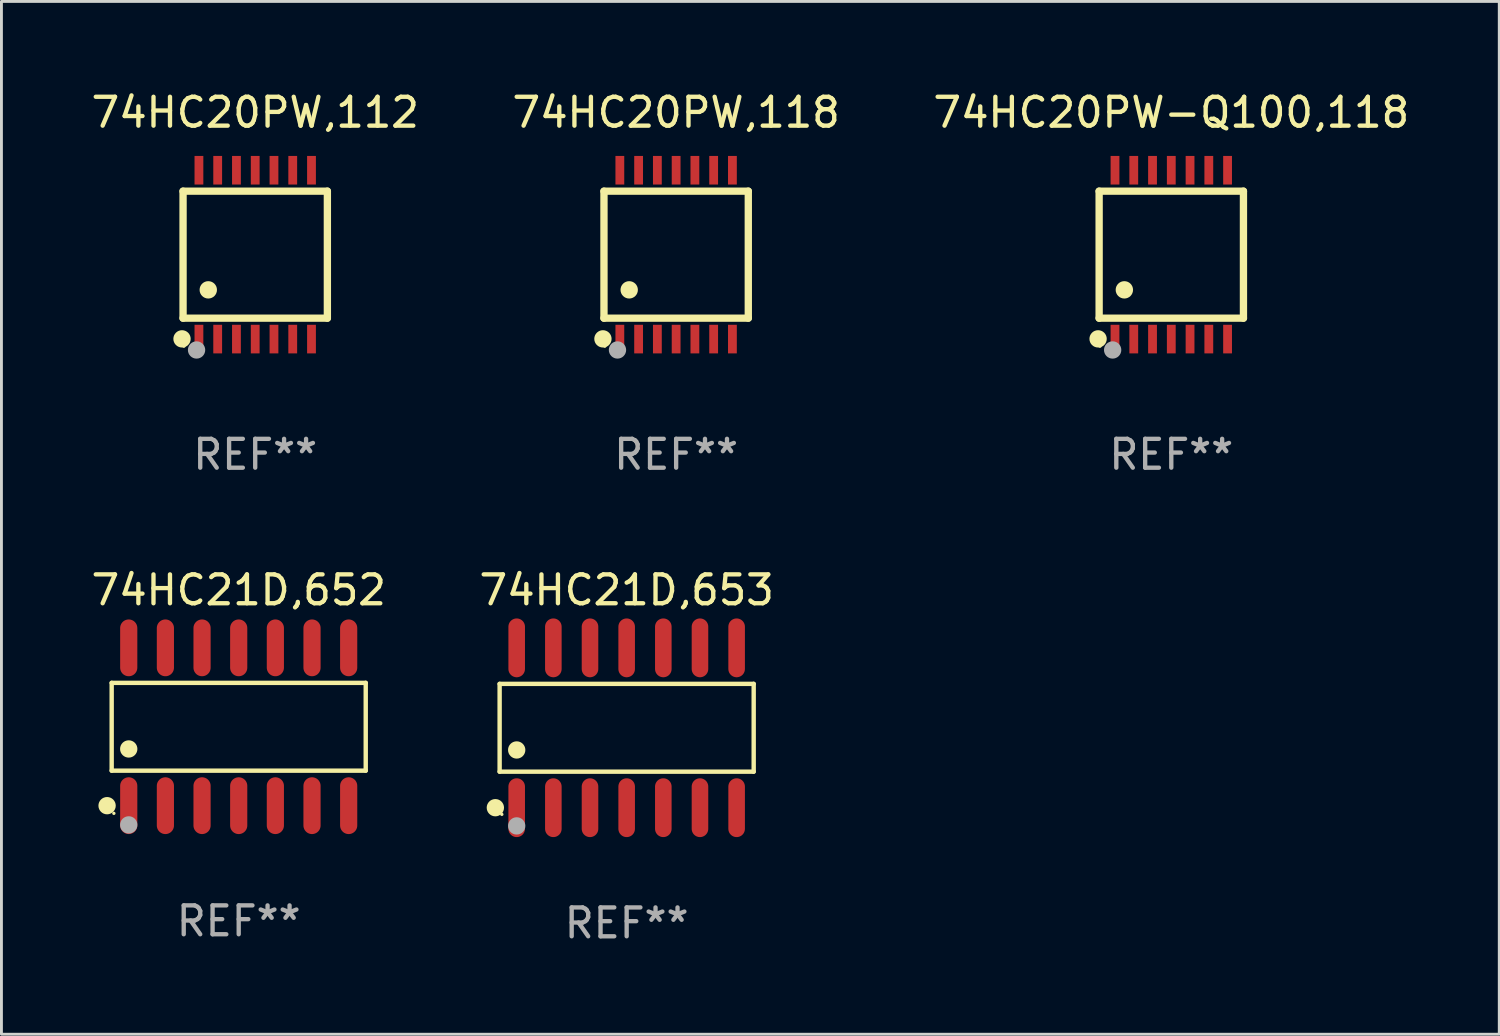
<source format=kicad_pcb>
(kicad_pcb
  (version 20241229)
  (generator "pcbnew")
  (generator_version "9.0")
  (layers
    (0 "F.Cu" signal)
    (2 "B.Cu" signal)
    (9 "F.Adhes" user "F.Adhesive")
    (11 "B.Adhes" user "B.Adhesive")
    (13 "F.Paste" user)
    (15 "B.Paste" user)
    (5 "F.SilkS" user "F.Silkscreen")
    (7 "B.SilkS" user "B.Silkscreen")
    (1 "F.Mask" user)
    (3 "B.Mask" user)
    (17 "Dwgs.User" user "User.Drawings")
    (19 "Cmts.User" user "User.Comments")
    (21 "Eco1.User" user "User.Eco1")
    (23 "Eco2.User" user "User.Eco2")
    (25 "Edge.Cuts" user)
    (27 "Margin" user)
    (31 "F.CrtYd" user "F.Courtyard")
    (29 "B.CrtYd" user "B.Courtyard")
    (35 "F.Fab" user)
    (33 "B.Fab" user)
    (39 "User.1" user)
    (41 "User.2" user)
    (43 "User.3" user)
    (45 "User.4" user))
  (footprint "74HC21D,652"
    (layer "F.Cu")
    (at 5.22 22.129)
    (property "Reference" "74HC21D,652" (at 0 -4.734 0) (layer "F.SilkS") (effects (font (size 1 1) (thickness 0.15))))
    (attr through_hole)
    (fp_line (start -4.401 -1.521) (end 4.401 -1.521) (stroke (width 0.152) (type solid)) (layer "F.SilkS"))
    (fp_line (start -4.401 1.521) (end -4.401 -1.521) (stroke (width 0.152) (type solid)) (layer "F.SilkS"))
    (fp_line (start 4.401 -1.521) (end 4.401 1.521) (stroke (width 0.152) (type solid)) (layer "F.SilkS"))
    (fp_line (start 4.401 1.521) (end -4.401 1.521) (stroke (width 0.152) (type solid)) (layer "F.SilkS"))
    (fp_circle (center -4.56 2.734) (end -4.41 2.734) (stroke (width 0.3) (type solid)) (fill no) (layer "F.SilkS"))
    (fp_circle (center -4.325 3) (end -4.295 3) (stroke (width 0.06) (type solid)) (fill no) (layer "F.SilkS"))
    (fp_circle (center -3.81 0.769) (end -3.66 0.769) (stroke (width 0.3) (type solid)) (fill no) (layer "F.SilkS"))
    (fp_circle (center -3.81 3.4) (end -3.66 3.4) (stroke (width 0.3) (type solid)) (fill no) (layer "F.Fab"))
    (fp_text user "REF**" (at 0 6.734 0) (layer "F.Fab") (effects (font (size 1 1) (thickness 0.15))))
    (pad "1" smd oval (at -3.81 2.734) (size 0.595 1.968) (layers "F.Cu" "F.Mask" "F.Paste"))
    (pad "2" smd oval (at -2.54 2.734) (size 0.595 1.968) (layers "F.Cu" "F.Mask" "F.Paste"))
    (pad "3" smd oval (at -1.27 2.734) (size 0.595 1.968) (layers "F.Cu" "F.Mask" "F.Paste"))
    (pad "4" smd oval (at 0 2.734) (size 0.595 1.968) (layers "F.Cu" "F.Mask" "F.Paste"))
    (pad "5" smd oval (at 1.27 2.734) (size 0.595 1.968) (layers "F.Cu" "F.Mask" "F.Paste"))
    (pad "6" smd oval (at 2.54 2.734) (size 0.595 1.968) (layers "F.Cu" "F.Mask" "F.Paste"))
    (pad "7" smd oval (at 3.81 2.734) (size 0.595 1.968) (layers "F.Cu" "F.Mask" "F.Paste"))
    (pad "8" smd oval (at 3.81 -2.734) (size 0.595 1.968) (layers "F.Cu" "F.Mask" "F.Paste"))
    (pad "9" smd oval (at 2.54 -2.734) (size 0.595 1.968) (layers "F.Cu" "F.Mask" "F.Paste"))
    (pad "10" smd oval (at 1.27 -2.734) (size 0.595 1.968) (layers "F.Cu" "F.Mask" "F.Paste"))
    (pad "11" smd oval (at 0 -2.734) (size 0.595 1.968) (layers "F.Cu" "F.Mask" "F.Paste"))
    (pad "12" smd oval (at -1.27 -2.734) (size 0.595 1.968) (layers "F.Cu" "F.Mask" "F.Paste"))
    (pad "13" smd oval (at -2.54 -2.734) (size 0.595 1.968) (layers "F.Cu" "F.Mask" "F.Paste"))
    (pad "14" smd oval (at -3.81 -2.734) (size 0.595 1.968) (layers "F.Cu" "F.Mask" "F.Paste")))
  (footprint "74HC20PW-Q100,118"
    (layer "F.Cu")
    (at 37.53 5.773)
    (property "Reference" "74HC20PW-Q100,118" (at 0 -4.925 0) (layer "F.SilkS") (effects (font (size 1 1) (thickness 0.15))))
    (attr through_hole)
    (fp_line (start -2.5 2.2) (end -2.5 -2.2) (stroke (width 0.254) (type solid)) (layer "F.SilkS"))
    (fp_line (start -2.5 2.2) (end 2.5 2.2) (stroke (width 0.254) (type solid)) (layer "F.SilkS"))
    (fp_line (start 2.5 -2.2) (end -2.5 -2.2) (stroke (width 0.254) (type solid)) (layer "F.SilkS"))
    (fp_line (start 2.5 -2.2) (end 2.5 2.2) (stroke (width 0.254) (type solid)) (layer "F.SilkS"))
    (fp_circle (center -2.536 2.917) (end -2.386 2.917) (stroke (width 0.3) (type solid)) (fill no) (layer "F.SilkS"))
    (fp_circle (center -2.47 3.17) (end -2.44 3.17) (stroke (width 0.06) (type solid)) (fill no) (layer "F.SilkS"))
    (fp_circle (center -1.626 1.219) (end -1.475 1.219) (stroke (width 0.3) (type solid)) (fill no) (layer "F.SilkS"))
    (fp_circle (center -2.032 3.302) (end -1.882 3.302) (stroke (width 0.3) (type solid)) (fill no) (layer "F.Fab"))
    (fp_text user "REF**" (at 0 6.925 0) (layer "F.Fab") (effects (font (size 1 1) (thickness 0.15))))
    (pad "1" smd rect (at -1.95 2.925) (size 0.305 0.991) (layers "F.Cu" "F.Mask" "F.Paste"))
    (pad "2" smd rect (at -1.3 2.925) (size 0.305 0.991) (layers "F.Cu" "F.Mask" "F.Paste"))
    (pad "3" smd rect (at -0.65 2.925) (size 0.305 0.991) (layers "F.Cu" "F.Mask" "F.Paste"))
    (pad "4" smd rect (at 0 2.925) (size 0.305 0.991) (layers "F.Cu" "F.Mask" "F.Paste"))
    (pad "5" smd rect (at 0.65 2.925) (size 0.305 0.991) (layers "F.Cu" "F.Mask" "F.Paste"))
    (pad "6" smd rect (at 1.3 2.925) (size 0.305 0.991) (layers "F.Cu" "F.Mask" "F.Paste"))
    (pad "7" smd rect (at 1.95 2.925) (size 0.305 0.991) (layers "F.Cu" "F.Mask" "F.Paste"))
    (pad "8" smd rect (at 1.95 -2.925) (size 0.305 0.991) (layers "F.Cu" "F.Mask" "F.Paste"))
    (pad "9" smd rect (at 1.3 -2.925) (size 0.305 0.991) (layers "F.Cu" "F.Mask" "F.Paste"))
    (pad "10" smd rect (at 0.65 -2.925) (size 0.305 0.991) (layers "F.Cu" "F.Mask" "F.Paste"))
    (pad "11" smd rect (at 0 -2.925) (size 0.305 0.991) (layers "F.Cu" "F.Mask" "F.Paste"))
    (pad "12" smd rect (at -0.65 -2.925) (size 0.305 0.991) (layers "F.Cu" "F.Mask" "F.Paste"))
    (pad "13" smd rect (at -1.3 -2.925) (size 0.305 0.991) (layers "F.Cu" "F.Mask" "F.Paste"))
    (pad "14" smd rect (at -1.95 -2.925) (size 0.305 0.991) (layers "F.Cu" "F.Mask" "F.Paste")))
  (footprint "74HC21D,653"
    (layer "F.Cu")
    (at 18.661 22.164)
    (property "Reference" "74HC21D,653" (at 0 -4.769 0) (layer "F.SilkS") (effects (font (size 1 1) (thickness 0.15))))
    (attr through_hole)
    (fp_line (start -4.401 -1.521) (end 4.401 -1.521) (stroke (width 0.152) (type solid)) (layer "F.SilkS"))
    (fp_line (start -4.401 1.521) (end -4.401 -1.521) (stroke (width 0.152) (type solid)) (layer "F.SilkS"))
    (fp_line (start 4.401 -1.521) (end 4.401 1.521) (stroke (width 0.152) (type solid)) (layer "F.SilkS"))
    (fp_line (start 4.401 1.521) (end -4.401 1.521) (stroke (width 0.152) (type solid)) (layer "F.SilkS"))
    (fp_circle (center -4.549 2.769) (end -4.399 2.769) (stroke (width 0.3) (type solid)) (fill no) (layer "F.SilkS"))
    (fp_circle (center -4.325 3) (end -4.295 3) (stroke (width 0.06) (type solid)) (fill no) (layer "F.SilkS"))
    (fp_circle (center -3.81 0.769) (end -3.66 0.769) (stroke (width 0.3) (type solid)) (fill no) (layer "F.SilkS"))
    (fp_circle (center -3.81 3.4) (end -3.66 3.4) (stroke (width 0.3) (type solid)) (fill no) (layer "F.Fab"))
    (fp_text user "REF**" (at 0 6.769 0) (layer "F.Fab") (effects (font (size 1 1) (thickness 0.15))))
    (pad "1" smd oval (at -3.81 2.769) (size 0.574 2.038) (layers "F.Cu" "F.Mask" "F.Paste"))
    (pad "2" smd oval (at -2.54 2.769) (size 0.574 2.038) (layers "F.Cu" "F.Mask" "F.Paste"))
    (pad "3" smd oval (at -1.27 2.769) (size 0.574 2.038) (layers "F.Cu" "F.Mask" "F.Paste"))
    (pad "4" smd oval (at 0 2.769) (size 0.574 2.038) (layers "F.Cu" "F.Mask" "F.Paste"))
    (pad "5" smd oval (at 1.27 2.769) (size 0.574 2.038) (layers "F.Cu" "F.Mask" "F.Paste"))
    (pad "6" smd oval (at 2.54 2.769) (size 0.574 2.038) (layers "F.Cu" "F.Mask" "F.Paste"))
    (pad "7" smd oval (at 3.81 2.769) (size 0.574 2.038) (layers "F.Cu" "F.Mask" "F.Paste"))
    (pad "8" smd oval (at 3.81 -2.769) (size 0.574 2.038) (layers "F.Cu" "F.Mask" "F.Paste"))
    (pad "9" smd oval (at 2.54 -2.769) (size 0.574 2.038) (layers "F.Cu" "F.Mask" "F.Paste"))
    (pad "10" smd oval (at 1.27 -2.769) (size 0.574 2.038) (layers "F.Cu" "F.Mask" "F.Paste"))
    (pad "11" smd oval (at 0 -2.769) (size 0.574 2.038) (layers "F.Cu" "F.Mask" "F.Paste"))
    (pad "12" smd oval (at -1.27 -2.769) (size 0.574 2.038) (layers "F.Cu" "F.Mask" "F.Paste"))
    (pad "13" smd oval (at -2.54 -2.769) (size 0.574 2.038) (layers "F.Cu" "F.Mask" "F.Paste"))
    (pad "14" smd oval (at -3.81 -2.769) (size 0.574 2.038) (layers "F.Cu" "F.Mask" "F.Paste")))
  (footprint "74HC20PW,112"
    (layer "F.Cu")
    (at 5.792 5.773)
    (property "Reference" "74HC20PW,112" (at 0 -4.925 0) (layer "F.SilkS") (effects (font (size 1 1) (thickness 0.15))))
    (attr through_hole)
    (fp_line (start -2.5 2.2) (end -2.5 -2.2) (stroke (width 0.254) (type solid)) (layer "F.SilkS"))
    (fp_line (start -2.5 2.2) (end 2.5 2.2) (stroke (width 0.254) (type solid)) (layer "F.SilkS"))
    (fp_line (start 2.5 -2.2) (end -2.5 -2.2) (stroke (width 0.254) (type solid)) (layer "F.SilkS"))
    (fp_line (start 2.5 -2.2) (end 2.5 2.2) (stroke (width 0.254) (type solid)) (layer "F.SilkS"))
    (fp_circle (center -2.536 2.917) (end -2.386 2.917) (stroke (width 0.3) (type solid)) (fill no) (layer "F.SilkS"))
    (fp_circle (center -2.47 3.17) (end -2.44 3.17) (stroke (width 0.06) (type solid)) (fill no) (layer "F.SilkS"))
    (fp_circle (center -1.626 1.219) (end -1.475 1.219) (stroke (width 0.3) (type solid)) (fill no) (layer "F.SilkS"))
    (fp_circle (center -2.032 3.302) (end -1.882 3.302) (stroke (width 0.3) (type solid)) (fill no) (layer "F.Fab"))
    (fp_text user "REF**" (at 0 6.925 0) (layer "F.Fab") (effects (font (size 1 1) (thickness 0.15))))
    (pad "1" smd rect (at -1.95 2.925) (size 0.305 0.991) (layers "F.Cu" "F.Mask" "F.Paste"))
    (pad "2" smd rect (at -1.3 2.925) (size 0.305 0.991) (layers "F.Cu" "F.Mask" "F.Paste"))
    (pad "3" smd rect (at -0.65 2.925) (size 0.305 0.991) (layers "F.Cu" "F.Mask" "F.Paste"))
    (pad "4" smd rect (at 0 2.925) (size 0.305 0.991) (layers "F.Cu" "F.Mask" "F.Paste"))
    (pad "5" smd rect (at 0.65 2.925) (size 0.305 0.991) (layers "F.Cu" "F.Mask" "F.Paste"))
    (pad "6" smd rect (at 1.3 2.925) (size 0.305 0.991) (layers "F.Cu" "F.Mask" "F.Paste"))
    (pad "7" smd rect (at 1.95 2.925) (size 0.305 0.991) (layers "F.Cu" "F.Mask" "F.Paste"))
    (pad "8" smd rect (at 1.95 -2.925) (size 0.305 0.991) (layers "F.Cu" "F.Mask" "F.Paste"))
    (pad "9" smd rect (at 1.3 -2.925) (size 0.305 0.991) (layers "F.Cu" "F.Mask" "F.Paste"))
    (pad "10" smd rect (at 0.65 -2.925) (size 0.305 0.991) (layers "F.Cu" "F.Mask" "F.Paste"))
    (pad "11" smd rect (at 0 -2.925) (size 0.305 0.991) (layers "F.Cu" "F.Mask" "F.Paste"))
    (pad "12" smd rect (at -0.65 -2.925) (size 0.305 0.991) (layers "F.Cu" "F.Mask" "F.Paste"))
    (pad "13" smd rect (at -1.3 -2.925) (size 0.305 0.991) (layers "F.Cu" "F.Mask" "F.Paste"))
    (pad "14" smd rect (at -1.95 -2.925) (size 0.305 0.991) (layers "F.Cu" "F.Mask" "F.Paste")))
  (footprint "74HC20PW,118"
    (layer "F.Cu")
    (at 20.375 5.773)
    (property "Reference" "74HC20PW,118" (at 0 -4.925 0) (layer "F.SilkS") (effects (font (size 1 1) (thickness 0.15))))
    (attr through_hole)
    (fp_line (start -2.5 2.2) (end -2.5 -2.2) (stroke (width 0.254) (type solid)) (layer "F.SilkS"))
    (fp_line (start -2.5 2.2) (end 2.5 2.2) (stroke (width 0.254) (type solid)) (layer "F.SilkS"))
    (fp_line (start 2.5 -2.2) (end -2.5 -2.2) (stroke (width 0.254) (type solid)) (layer "F.SilkS"))
    (fp_line (start 2.5 -2.2) (end 2.5 2.2) (stroke (width 0.254) (type solid)) (layer "F.SilkS"))
    (fp_circle (center -2.536 2.917) (end -2.386 2.917) (stroke (width 0.3) (type solid)) (fill no) (layer "F.SilkS"))
    (fp_circle (center -2.47 3.17) (end -2.44 3.17) (stroke (width 0.06) (type solid)) (fill no) (layer "F.SilkS"))
    (fp_circle (center -1.626 1.219) (end -1.475 1.219) (stroke (width 0.3) (type solid)) (fill no) (layer "F.SilkS"))
    (fp_circle (center -2.032 3.302) (end -1.882 3.302) (stroke (width 0.3) (type solid)) (fill no) (layer "F.Fab"))
    (fp_text user "REF**" (at 0 6.925 0) (layer "F.Fab") (effects (font (size 1 1) (thickness 0.15))))
    (pad "1" smd rect (at -1.95 2.925) (size 0.305 0.991) (layers "F.Cu" "F.Mask" "F.Paste"))
    (pad "2" smd rect (at -1.3 2.925) (size 0.305 0.991) (layers "F.Cu" "F.Mask" "F.Paste"))
    (pad "3" smd rect (at -0.65 2.925) (size 0.305 0.991) (layers "F.Cu" "F.Mask" "F.Paste"))
    (pad "4" smd rect (at 0 2.925) (size 0.305 0.991) (layers "F.Cu" "F.Mask" "F.Paste"))
    (pad "5" smd rect (at 0.65 2.925) (size 0.305 0.991) (layers "F.Cu" "F.Mask" "F.Paste"))
    (pad "6" smd rect (at 1.3 2.925) (size 0.305 0.991) (layers "F.Cu" "F.Mask" "F.Paste"))
    (pad "7" smd rect (at 1.95 2.925) (size 0.305 0.991) (layers "F.Cu" "F.Mask" "F.Paste"))
    (pad "8" smd rect (at 1.95 -2.925) (size 0.305 0.991) (layers "F.Cu" "F.Mask" "F.Paste"))
    (pad "9" smd rect (at 1.3 -2.925) (size 0.305 0.991) (layers "F.Cu" "F.Mask" "F.Paste"))
    (pad "10" smd rect (at 0.65 -2.925) (size 0.305 0.991) (layers "F.Cu" "F.Mask" "F.Paste"))
    (pad "11" smd rect (at 0 -2.925) (size 0.305 0.991) (layers "F.Cu" "F.Mask" "F.Paste"))
    (pad "12" smd rect (at -0.65 -2.925) (size 0.305 0.991) (layers "F.Cu" "F.Mask" "F.Paste"))
    (pad "13" smd rect (at -1.3 -2.925) (size 0.305 0.991) (layers "F.Cu" "F.Mask" "F.Paste"))
    (pad "14" smd rect (at -1.95 -2.925) (size 0.305 0.991) (layers "F.Cu" "F.Mask" "F.Paste")))
  (gr_rect
    (start -3 -3)
    (end 48.893 32.781)
    (stroke (width 0.1) (type default))
    (fill no)
    (layer "Edge.Cuts")))
</source>
